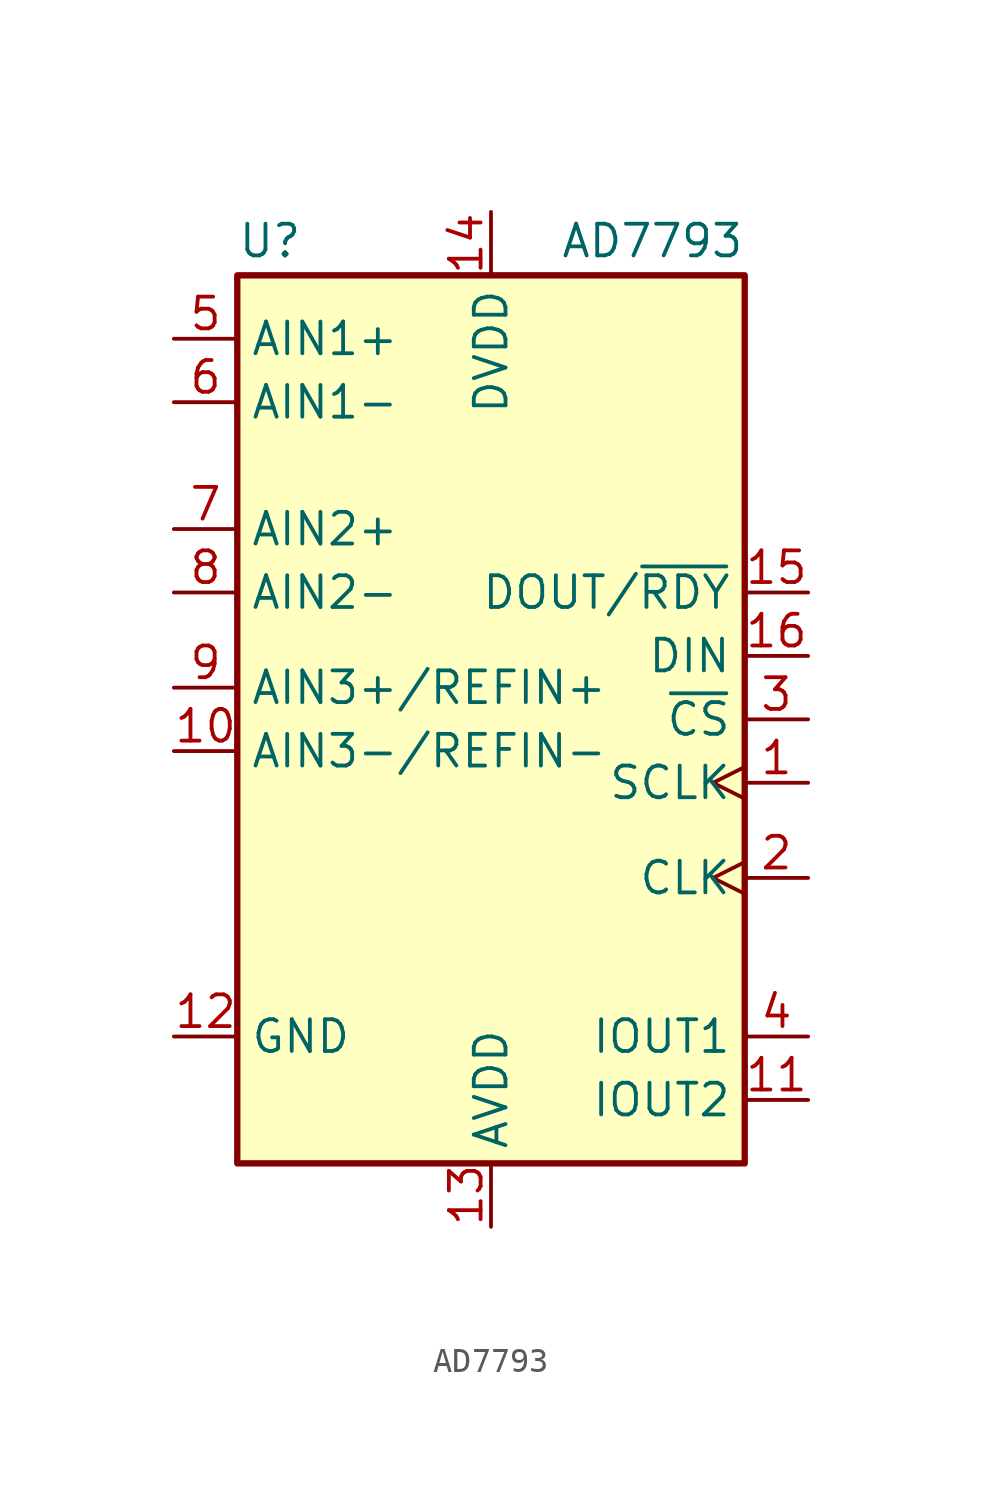
<source format=kicad_sym>
(kicad_symbol_lib
  (version 20231120)
  (generator "kicad_symbol_editor")
  (generator_version "8.0")
  (symbol "AD7793"
    (property "Reference" "U"
      (at -10.16 18.415 0)
      (effects (font (size 1.27 1.27)) (justify left bottom)))
    (property "Value" "AD7793"
      (at 10.16 18.415 0)
      (effects (font (size 1.27 1.27)) (justify right bottom)))
    (symbol "AD7793_0_1"
      (rectangle (start -10.16 17.78) (end 10.16 -17.78) (stroke (width 0.254) (type default)) (fill (type background))))
    (symbol "AD7793_1_1"
      (pin input clock (at 12.7 -2.54 180) (length 2.54) (name "SCLK" (effects (font (size 1.27 1.27)))) (number "1" (effects (font (size 1.27 1.27)))))
      (pin passive line (at -12.7 -1.27 0) (length 2.54) (name "AIN3-/REFIN-" (effects (font (size 1.27 1.27)))) (number "10" (effects (font (size 1.27 1.27)))))
      (pin output line (at 12.7 -15.24 180) (length 2.54) (name "IOUT2" (effects (font (size 1.27 1.27)))) (number "11" (effects (font (size 1.27 1.27)))))
      (pin power_in line (at -12.7 -12.7 0) (length 2.54) (name "GND" (effects (font (size 1.27 1.27)))) (number "12" (effects (font (size 1.27 1.27)))))
      (pin power_in line (at 0 -20.32 90) (length 2.54) (name "AVDD" (effects (font (size 1.27 1.27)))) (number "13" (effects (font (size 1.27 1.27)))))
      (pin power_in line (at 0 20.32 270) (length 2.54) (name "DVDD" (effects (font (size 1.27 1.27)))) (number "14" (effects (font (size 1.27 1.27)))))
      (pin output line (at 12.7 5.08 180) (length 2.54) (name "DOUT/~{RDY}" (effects (font (size 1.27 1.27)))) (number "15" (effects (font (size 1.27 1.27)))))
      (pin output line (at 12.7 2.54 180) (length 2.54) (name "DIN" (effects (font (size 1.27 1.27)))) (number "16" (effects (font (size 1.27 1.27)))))
      (pin bidirectional clock (at 12.7 -6.35 180) (length 2.54) (name "CLK" (effects (font (size 1.27 1.27)))) (number "2" (effects (font (size 1.27 1.27)))))
      (pin input line (at 12.7 0 180) (length 2.54) (name "~{CS}" (effects (font (size 1.27 1.27)))) (number "3" (effects (font (size 1.27 1.27)))))
      (pin output line (at 12.7 -12.7 180) (length 2.54) (name "IOUT1" (effects (font (size 1.27 1.27)))) (number "4" (effects (font (size 1.27 1.27)))))
      (pin input line (at -12.7 15.24 0) (length 2.54) (name "AIN1+" (effects (font (size 1.27 1.27)))) (number "5" (effects (font (size 1.27 1.27)))))
      (pin input line (at -12.7 12.7 0) (length 2.54) (name "AIN1-" (effects (font (size 1.27 1.27)))) (number "6" (effects (font (size 1.27 1.27)))))
      (pin input line (at -12.7 7.62 0) (length 2.54) (name "AIN2+" (effects (font (size 1.27 1.27)))) (number "7" (effects (font (size 1.27 1.27)))))
      (pin input line (at -12.7 5.08 0) (length 2.54) (name "AIN2-" (effects (font (size 1.27 1.27)))) (number "8" (effects (font (size 1.27 1.27)))))
      (pin passive line (at -12.7 1.27 0) (length 2.54) (name "AIN3+/REFIN+" (effects (font (size 1.27 1.27)))) (number "9" (effects (font (size 1.27 1.27))))))))
</source>
